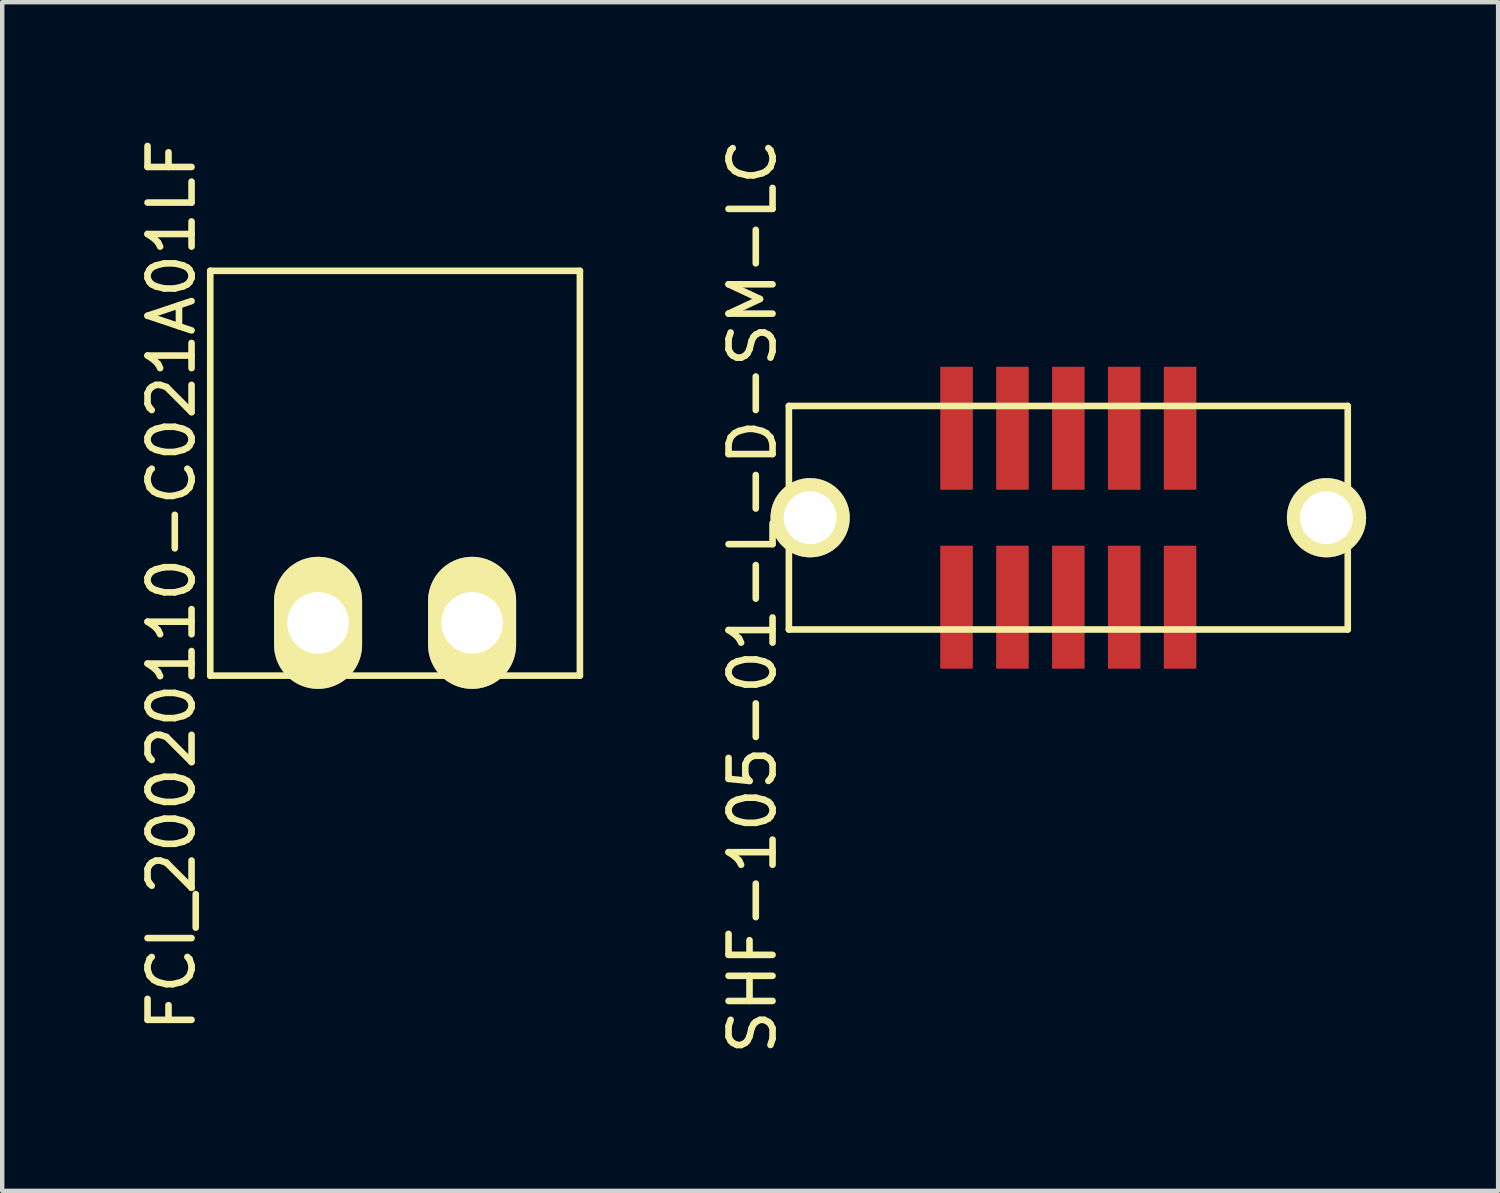
<source format=kicad_pcb>
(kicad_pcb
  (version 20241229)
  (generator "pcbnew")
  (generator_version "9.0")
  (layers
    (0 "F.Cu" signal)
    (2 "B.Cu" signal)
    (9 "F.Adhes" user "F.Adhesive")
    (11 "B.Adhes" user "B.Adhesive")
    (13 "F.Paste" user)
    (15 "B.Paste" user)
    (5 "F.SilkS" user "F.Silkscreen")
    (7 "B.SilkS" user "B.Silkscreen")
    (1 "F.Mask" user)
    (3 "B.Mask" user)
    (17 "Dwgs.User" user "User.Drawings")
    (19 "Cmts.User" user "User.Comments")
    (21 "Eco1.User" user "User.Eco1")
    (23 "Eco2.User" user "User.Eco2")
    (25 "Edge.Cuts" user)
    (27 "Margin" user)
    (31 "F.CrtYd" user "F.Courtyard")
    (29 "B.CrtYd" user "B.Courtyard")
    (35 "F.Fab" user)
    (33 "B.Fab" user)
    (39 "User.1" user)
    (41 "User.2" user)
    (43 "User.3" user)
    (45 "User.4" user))
  (footprint "SHF-105-01-L-D-SM-LC"
    (layer "F.Cu")
    (at 21.227 8.715)
    (property "Reference" "SHF-105-01-L-D-SM-LC" (at -7.176 1.791 90) (layer "F.SilkS") (effects (font (size 1 1) (thickness 0.15))))
    (attr through_hole)
    (fp_line (start -6.35 -2.54) (end -6.35 2.54) (stroke (width 0.15) (type solid)) (layer "F.SilkS"))
    (fp_line (start -6.35 -2.54) (end 6.35 -2.54) (stroke (width 0.15) (type solid)) (layer "F.SilkS"))
    (fp_line (start -6.35 2.54) (end 6.35 2.54) (stroke (width 0.15) (type solid)) (layer "F.SilkS"))
    (fp_line (start 6.35 -2.54) (end 6.35 2.54) (stroke (width 0.15) (type solid)) (layer "F.SilkS"))
    (pad "1" smd rect (at -2.54 2.033) (size 0.74 2.795) (layers "F.Cu" "F.Mask" "F.Paste"))
    (pad "2" smd rect (at -2.54 -2.033) (size 0.74 2.795) (layers "F.Cu" "F.Mask" "F.Paste"))
    (pad "3" smd rect (at -1.27 2.033) (size 0.74 2.795) (layers "F.Cu" "F.Mask" "F.Paste"))
    (pad "4" smd rect (at -1.27 -2.033) (size 0.74 2.795) (layers "F.Cu" "F.Mask" "F.Paste"))
    (pad "5" smd rect (at 0 2.033) (size 0.74 2.795) (layers "F.Cu" "F.Mask" "F.Paste"))
    (pad "6" smd rect (at 0 -2.033) (size 0.74 2.795) (layers "F.Cu" "F.Mask" "F.Paste"))
    (pad "7" smd rect (at 1.27 2.033) (size 0.74 2.795) (layers "F.Cu" "F.Mask" "F.Paste"))
    (pad "8" smd rect (at 1.27 -2.033) (size 0.74 2.795) (layers "F.Cu" "F.Mask" "F.Paste"))
    (pad "9" smd rect (at 2.54 2.033) (size 0.74 2.795) (layers "F.Cu" "F.Mask" "F.Paste"))
    (pad "10" smd rect (at 2.54 -2.033) (size 0.74 2.795) (layers "F.Cu" "F.Mask" "F.Paste"))
    (pad "11" thru_hole circle (at -5.867 0) (size 1.8 1.8) (drill 1.2) (layers "*.Cu" "*.Mask" "F.SilkS"))
    (pad "11" thru_hole circle (at 5.867 0) (size 1.8 1.8) (drill 1.2) (layers "*.Cu" "*.Mask" "F.SilkS")))
  (footprint "FCI_20020110-C021A01LF"
    (layer "F.Cu")
    (at 5.928 7.704)
    (property "Reference" "FCI_20020110-C021A01LF" (at -5.08 2.54 90) (layer "F.SilkS") (effects (font (size 1 1) (thickness 0.15))))
    (attr through_hole)
    (fp_line (start -4.2 -4.6) (end -4.2 4.6) (stroke (width 0.15) (type solid)) (layer "F.SilkS"))
    (fp_line (start -4.2 -4.6) (end 4.2 -4.6) (stroke (width 0.15) (type solid)) (layer "F.SilkS"))
    (fp_line (start -4.2 4.6) (end 4.2 4.6) (stroke (width 0.15) (type solid)) (layer "F.SilkS"))
    (fp_line (start 4.2 -4.6) (end 4.2 4.6) (stroke (width 0.15) (type solid)) (layer "F.SilkS"))
    (pad "1" thru_hole oval (at -1.75 3.4) (size 2 3) (drill 1.4) (layers "*.Cu" "*.Mask" "F.SilkS"))
    (pad "2" thru_hole oval (at 1.75 3.4) (size 2 3) (drill 1.4) (layers "*.Cu" "*.Mask" "F.SilkS")))
  (gr_rect
    (start -3 -3)
    (end 30.994 24.012)
    (stroke (width 0.1) (type default))
    (fill no)
    (layer "Edge.Cuts")))
</source>
